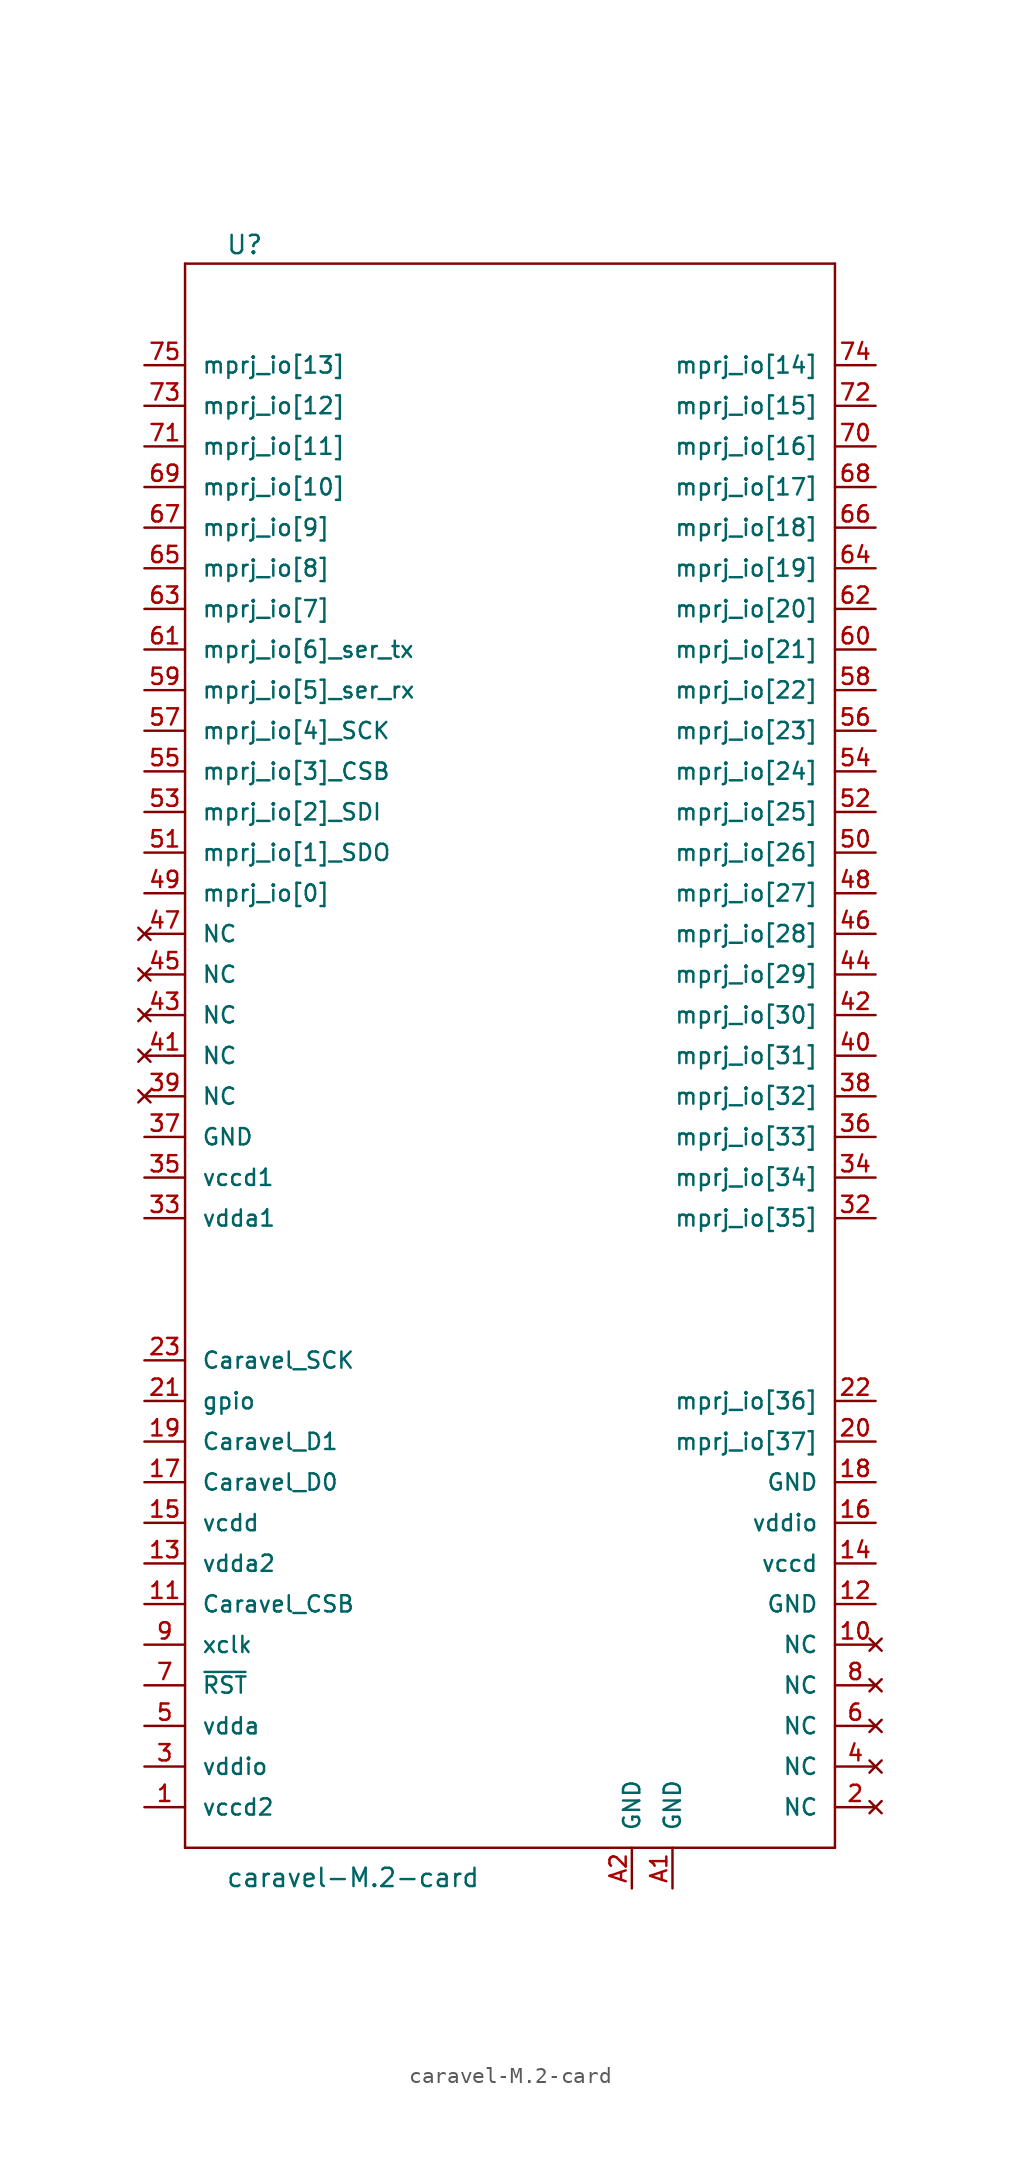
<source format=kicad_sym>
(kicad_symbol_lib
  (version 20231120)
  (generator "kicad_symbol_editor")
  (generator_version "8.0")
  (symbol "caravel-M.2-card"
    (pin_names
      (offset 1.016))
    (property "Reference" "U"
      (at -19.05 53.848 0)
      (effects (font (size 1.143 1.143)) (justify left bottom)))
    (property "Value" "caravel-M.2-card"
      (at -19.05 -48.26 0)
      (effects (font (size 1.143 1.143)) (justify left bottom)))
    (symbol "caravel-M.2-card_1_0"
      (polyline (pts (xy -21.59 -45.72) (xy -21.59 53.34)) (stroke (width 0) (type default)) (fill (type none)))
      (polyline (pts (xy -21.59 53.34) (xy 19.05 53.34)) (stroke (width 0) (type default)) (fill (type none)))
      (polyline (pts (xy 19.05 -45.72) (xy -21.59 -45.72)) (stroke (width 0) (type default)) (fill (type none)))
      (polyline (pts (xy 19.05 53.34) (xy 19.05 -45.72)) (stroke (width 0) (type default)) (fill (type none))))
    (symbol "caravel-M.2-card_1_1"
      (pin power_in line (at -24.13 -43.18 0) (length 2.54) (name "vccd2" (effects (font (size 1.016 1.016)))) (number "1" (effects (font (size 1.016 1.016)))))
      (pin no_connect line (at 21.59 -33.02 180) (length 2.54) (name "NC" (effects (font (size 1.016 1.016)))) (number "10" (effects (font (size 1.016 1.016)))))
      (pin bidirectional line (at -24.13 -30.48 0) (length 2.54) (name "Caravel_CSB" (effects (font (size 1.016 1.016)))) (number "11" (effects (font (size 1.016 1.016)))))
      (pin power_in line (at 21.59 -30.48 180) (length 2.54) (name "GND" (effects (font (size 1.016 1.016)))) (number "12" (effects (font (size 1.016 1.016)))))
      (pin power_in line (at -24.13 -27.94 0) (length 2.54) (name "vdda2" (effects (font (size 1.016 1.016)))) (number "13" (effects (font (size 1.016 1.016)))))
      (pin power_in line (at 21.59 -27.94 180) (length 2.54) (name "vccd" (effects (font (size 1.016 1.016)))) (number "14" (effects (font (size 1.016 1.016)))))
      (pin power_in line (at -24.13 -25.4 0) (length 2.54) (name "vcdd" (effects (font (size 1.016 1.016)))) (number "15" (effects (font (size 1.016 1.016)))))
      (pin power_in line (at 21.59 -25.4 180) (length 2.54) (name "vddio" (effects (font (size 1.016 1.016)))) (number "16" (effects (font (size 1.016 1.016)))))
      (pin bidirectional line (at -24.13 -22.86 0) (length 2.54) (name "Caravel_D0" (effects (font (size 1.016 1.016)))) (number "17" (effects (font (size 1.016 1.016)))))
      (pin power_in line (at 21.59 -22.86 180) (length 2.54) (name "GND" (effects (font (size 1.016 1.016)))) (number "18" (effects (font (size 1.016 1.016)))))
      (pin bidirectional line (at -24.13 -20.32 0) (length 2.54) (name "Caravel_D1" (effects (font (size 1.016 1.016)))) (number "19" (effects (font (size 1.016 1.016)))))
      (pin no_connect line (at 21.59 -43.18 180) (length 2.54) (name "NC" (effects (font (size 1.016 1.016)))) (number "2" (effects (font (size 1.016 1.016)))))
      (pin bidirectional line (at 21.59 -20.32 180) (length 2.54) (name "mprj_io[37]" (effects (font (size 1.016 1.016)))) (number "20" (effects (font (size 1.016 1.016)))))
      (pin bidirectional line (at -24.13 -17.78 0) (length 2.54) (name "gpio" (effects (font (size 1.016 1.016)))) (number "21" (effects (font (size 1.016 1.016)))))
      (pin bidirectional line (at 21.59 -17.78 180) (length 2.54) (name "mprj_io[36]" (effects (font (size 1.016 1.016)))) (number "22" (effects (font (size 1.016 1.016)))))
      (pin bidirectional line (at -24.13 -15.24 0) (length 2.54) (name "Caravel_SCK" (effects (font (size 1.016 1.016)))) (number "23" (effects (font (size 1.016 1.016)))))
      (pin power_in line (at -24.13 -40.64 0) (length 2.54) (name "vddio" (effects (font (size 1.016 1.016)))) (number "3" (effects (font (size 1.016 1.016)))))
      (pin bidirectional line (at 21.59 -6.35 180) (length 2.54) (name "mprj_io[35]" (effects (font (size 1.016 1.016)))) (number "32" (effects (font (size 1.016 1.016)))))
      (pin power_in line (at -24.13 -6.35 0) (length 2.54) (name "vdda1" (effects (font (size 1.016 1.016)))) (number "33" (effects (font (size 1.016 1.016)))))
      (pin bidirectional line (at 21.59 -3.81 180) (length 2.54) (name "mprj_io[34]" (effects (font (size 1.016 1.016)))) (number "34" (effects (font (size 1.016 1.016)))))
      (pin power_in line (at -24.13 -3.81 0) (length 2.54) (name "vccd1" (effects (font (size 1.016 1.016)))) (number "35" (effects (font (size 1.016 1.016)))))
      (pin bidirectional line (at 21.59 -1.27 180) (length 2.54) (name "mprj_io[33]" (effects (font (size 1.016 1.016)))) (number "36" (effects (font (size 1.016 1.016)))))
      (pin power_in line (at -24.13 -1.27 0) (length 2.54) (name "GND" (effects (font (size 1.016 1.016)))) (number "37" (effects (font (size 1.016 1.016)))))
      (pin bidirectional line (at 21.59 1.27 180) (length 2.54) (name "mprj_io[32]" (effects (font (size 1.016 1.016)))) (number "38" (effects (font (size 1.016 1.016)))))
      (pin no_connect line (at -24.13 1.27 0) (length 2.54) (name "NC" (effects (font (size 1.016 1.016)))) (number "39" (effects (font (size 1.016 1.016)))))
      (pin no_connect line (at 21.59 -40.64 180) (length 2.54) (name "NC" (effects (font (size 1.016 1.016)))) (number "4" (effects (font (size 1.016 1.016)))))
      (pin bidirectional line (at 21.59 3.81 180) (length 2.54) (name "mprj_io[31]" (effects (font (size 1.016 1.016)))) (number "40" (effects (font (size 1.016 1.016)))))
      (pin no_connect line (at -24.13 3.81 0) (length 2.54) (name "NC" (effects (font (size 1.016 1.016)))) (number "41" (effects (font (size 1.016 1.016)))))
      (pin bidirectional line (at 21.59 6.35 180) (length 2.54) (name "mprj_io[30]" (effects (font (size 1.016 1.016)))) (number "42" (effects (font (size 1.016 1.016)))))
      (pin no_connect line (at -24.13 6.35 0) (length 2.54) (name "NC" (effects (font (size 1.016 1.016)))) (number "43" (effects (font (size 1.016 1.016)))))
      (pin bidirectional line (at 21.59 8.89 180) (length 2.54) (name "mprj_io[29]" (effects (font (size 1.016 1.016)))) (number "44" (effects (font (size 1.016 1.016)))))
      (pin no_connect line (at -24.13 8.89 0) (length 2.54) (name "NC" (effects (font (size 1.016 1.016)))) (number "45" (effects (font (size 1.016 1.016)))))
      (pin bidirectional line (at 21.59 11.43 180) (length 2.54) (name "mprj_io[28]" (effects (font (size 1.016 1.016)))) (number "46" (effects (font (size 1.016 1.016)))))
      (pin no_connect line (at -24.13 11.43 0) (length 2.54) (name "NC" (effects (font (size 1.016 1.016)))) (number "47" (effects (font (size 1.016 1.016)))))
      (pin bidirectional line (at 21.59 13.97 180) (length 2.54) (name "mprj_io[27]" (effects (font (size 1.016 1.016)))) (number "48" (effects (font (size 1.016 1.016)))))
      (pin bidirectional line (at -24.13 13.97 0) (length 2.54) (name "mprj_io[0]" (effects (font (size 1.016 1.016)))) (number "49" (effects (font (size 1.016 1.016)))))
      (pin power_in line (at -24.13 -38.1 0) (length 2.54) (name "vdda" (effects (font (size 1.016 1.016)))) (number "5" (effects (font (size 1.016 1.016)))))
      (pin bidirectional line (at 21.59 16.51 180) (length 2.54) (name "mprj_io[26]" (effects (font (size 1.016 1.016)))) (number "50" (effects (font (size 1.016 1.016)))))
      (pin bidirectional line (at -24.13 16.51 0) (length 2.54) (name "mprj_io[1]_SDO" (effects (font (size 1.016 1.016)))) (number "51" (effects (font (size 1.016 1.016)))))
      (pin bidirectional line (at 21.59 19.05 180) (length 2.54) (name "mprj_io[25]" (effects (font (size 1.016 1.016)))) (number "52" (effects (font (size 1.016 1.016)))))
      (pin bidirectional line (at -24.13 19.05 0) (length 2.54) (name "mprj_io[2]_SDI" (effects (font (size 1.016 1.016)))) (number "53" (effects (font (size 1.016 1.016)))))
      (pin bidirectional line (at 21.59 21.59 180) (length 2.54) (name "mprj_io[24]" (effects (font (size 1.016 1.016)))) (number "54" (effects (font (size 1.016 1.016)))))
      (pin bidirectional line (at -24.13 21.59 0) (length 2.54) (name "mprj_io[3]_CSB" (effects (font (size 1.016 1.016)))) (number "55" (effects (font (size 1.016 1.016)))))
      (pin bidirectional line (at 21.59 24.13 180) (length 2.54) (name "mprj_io[23]" (effects (font (size 1.016 1.016)))) (number "56" (effects (font (size 1.016 1.016)))))
      (pin bidirectional line (at -24.13 24.13 0) (length 2.54) (name "mprj_io[4]_SCK" (effects (font (size 1.016 1.016)))) (number "57" (effects (font (size 1.016 1.016)))))
      (pin bidirectional line (at 21.59 26.67 180) (length 2.54) (name "mprj_io[22]" (effects (font (size 1.016 1.016)))) (number "58" (effects (font (size 1.016 1.016)))))
      (pin bidirectional line (at -24.13 26.67 0) (length 2.54) (name "mprj_io[5]_ser_rx" (effects (font (size 1.016 1.016)))) (number "59" (effects (font (size 1.016 1.016)))))
      (pin no_connect line (at 21.59 -38.1 180) (length 2.54) (name "NC" (effects (font (size 1.016 1.016)))) (number "6" (effects (font (size 1.016 1.016)))))
      (pin bidirectional line (at 21.59 29.21 180) (length 2.54) (name "mprj_io[21]" (effects (font (size 1.016 1.016)))) (number "60" (effects (font (size 1.016 1.016)))))
      (pin bidirectional line (at -24.13 29.21 0) (length 2.54) (name "mprj_io[6]_ser_tx" (effects (font (size 1.016 1.016)))) (number "61" (effects (font (size 1.016 1.016)))))
      (pin bidirectional line (at 21.59 31.75 180) (length 2.54) (name "mprj_io[20]" (effects (font (size 1.016 1.016)))) (number "62" (effects (font (size 1.016 1.016)))))
      (pin bidirectional line (at -24.13 31.75 0) (length 2.54) (name "mprj_io[7]" (effects (font (size 1.016 1.016)))) (number "63" (effects (font (size 1.016 1.016)))))
      (pin bidirectional line (at 21.59 34.29 180) (length 2.54) (name "mprj_io[19]" (effects (font (size 1.016 1.016)))) (number "64" (effects (font (size 1.016 1.016)))))
      (pin bidirectional line (at -24.13 34.29 0) (length 2.54) (name "mprj_io[8]" (effects (font (size 1.016 1.016)))) (number "65" (effects (font (size 1.016 1.016)))))
      (pin bidirectional line (at 21.59 36.83 180) (length 2.54) (name "mprj_io[18]" (effects (font (size 1.016 1.016)))) (number "66" (effects (font (size 1.016 1.016)))))
      (pin bidirectional line (at -24.13 36.83 0) (length 2.54) (name "mprj_io[9]" (effects (font (size 1.016 1.016)))) (number "67" (effects (font (size 1.016 1.016)))))
      (pin bidirectional line (at 21.59 39.37 180) (length 2.54) (name "mprj_io[17]" (effects (font (size 1.016 1.016)))) (number "68" (effects (font (size 1.016 1.016)))))
      (pin bidirectional line (at -24.13 39.37 0) (length 2.54) (name "mprj_io[10]" (effects (font (size 1.016 1.016)))) (number "69" (effects (font (size 1.016 1.016)))))
      (pin input line (at -24.13 -35.56 0) (length 2.54) (name "~{RST}" (effects (font (size 1.016 1.016)))) (number "7" (effects (font (size 1.016 1.016)))))
      (pin bidirectional line (at 21.59 41.91 180) (length 2.54) (name "mprj_io[16]" (effects (font (size 1.016 1.016)))) (number "70" (effects (font (size 1.016 1.016)))))
      (pin bidirectional line (at -24.13 41.91 0) (length 2.54) (name "mprj_io[11]" (effects (font (size 1.016 1.016)))) (number "71" (effects (font (size 1.016 1.016)))))
      (pin bidirectional line (at 21.59 44.45 180) (length 2.54) (name "mprj_io[15]" (effects (font (size 1.016 1.016)))) (number "72" (effects (font (size 1.016 1.016)))))
      (pin bidirectional line (at -24.13 44.45 0) (length 2.54) (name "mprj_io[12]" (effects (font (size 1.016 1.016)))) (number "73" (effects (font (size 1.016 1.016)))))
      (pin bidirectional line (at 21.59 46.99 180) (length 2.54) (name "mprj_io[14]" (effects (font (size 1.016 1.016)))) (number "74" (effects (font (size 1.016 1.016)))))
      (pin bidirectional line (at -24.13 46.99 0) (length 2.54) (name "mprj_io[13]" (effects (font (size 1.016 1.016)))) (number "75" (effects (font (size 1.016 1.016)))))
      (pin no_connect line (at 21.59 -35.56 180) (length 2.54) (name "NC" (effects (font (size 1.016 1.016)))) (number "8" (effects (font (size 1.016 1.016)))))
      (pin input line (at -24.13 -33.02 0) (length 2.54) (name "xclk" (effects (font (size 1.016 1.016)))) (number "9" (effects (font (size 1.016 1.016)))))
      (pin power_in line (at 8.89 -48.26 90) (length 2.54) (name "GND" (effects (font (size 1.016 1.016)))) (number "A1" (effects (font (size 1.016 1.016)))))
      (pin power_in line (at 6.35 -48.26 90) (length 2.54) (name "GND" (effects (font (size 1.016 1.016)))) (number "A2" (effects (font (size 1.016 1.016))))))))
</source>
